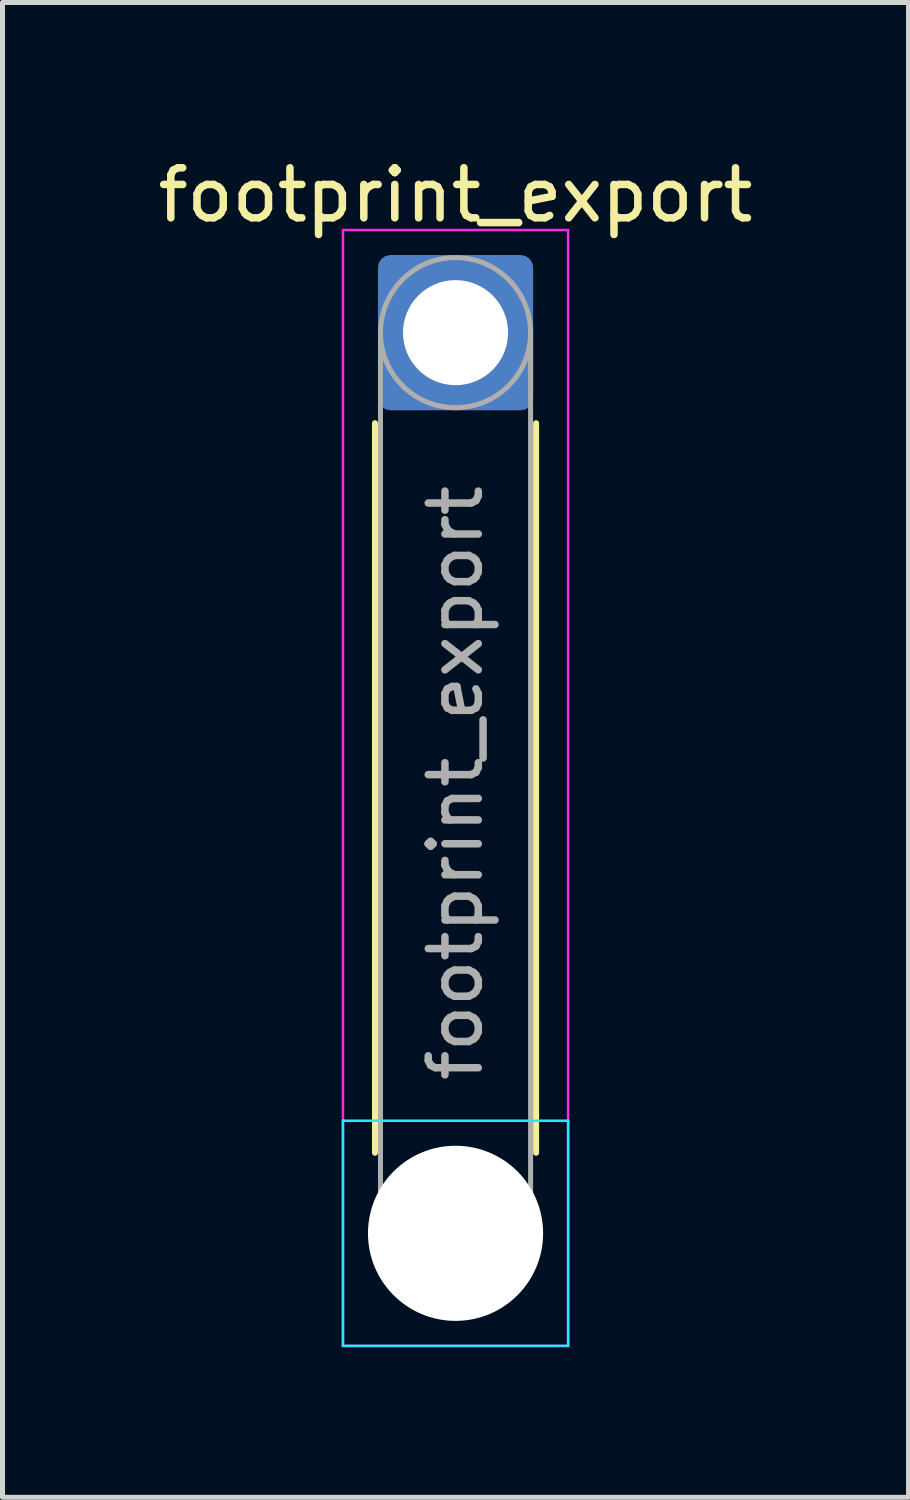
<source format=kicad_pcb>
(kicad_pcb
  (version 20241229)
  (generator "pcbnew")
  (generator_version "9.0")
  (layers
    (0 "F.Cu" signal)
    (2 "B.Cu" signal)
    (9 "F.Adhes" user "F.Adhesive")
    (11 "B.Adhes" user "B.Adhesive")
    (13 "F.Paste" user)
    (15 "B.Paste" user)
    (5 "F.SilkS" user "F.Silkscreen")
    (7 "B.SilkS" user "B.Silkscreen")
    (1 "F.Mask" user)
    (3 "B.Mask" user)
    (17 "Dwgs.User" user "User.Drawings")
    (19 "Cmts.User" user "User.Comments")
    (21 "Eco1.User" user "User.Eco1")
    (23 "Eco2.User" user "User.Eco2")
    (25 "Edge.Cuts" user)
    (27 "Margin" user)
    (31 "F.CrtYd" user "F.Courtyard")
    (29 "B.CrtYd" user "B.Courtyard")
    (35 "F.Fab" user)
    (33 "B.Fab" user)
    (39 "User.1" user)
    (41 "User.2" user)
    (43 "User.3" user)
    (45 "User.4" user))
  (footprint "footprint_export"
    (layer "F.Cu")
    (at 6.054 3.598)
    (property "Reference" "footprint_export" (at 0 -2.75 0) (layer "F.SilkS") (effects (font (size 1 1) (thickness 0.15))))
    (attr exclude_from_pos_files exclude_from_bom)
    (fp_line (start -1.61 1.81) (end -1.61 16.39) (stroke (width 0.12) (type solid)) (layer "F.SilkS"))
    (fp_line (start 1.61 1.81) (end 1.61 16.39) (stroke (width 0.12) (type solid)) (layer "F.SilkS"))
    (fp_line (start -2.25 15.75) (end -2.25 20.25) (stroke (width 0.05) (type solid)) (layer "B.CrtYd"))
    (fp_line (start -2.25 20.25) (end 2.25 20.25) (stroke (width 0.05) (type solid)) (layer "B.CrtYd"))
    (fp_line (start 2.25 15.75) (end -2.25 15.75) (stroke (width 0.05) (type solid)) (layer "B.CrtYd"))
    (fp_line (start 2.25 20.25) (end 2.25 15.75) (stroke (width 0.05) (type solid)) (layer "B.CrtYd"))
    (fp_line (start -2.25 -2.05) (end -2.25 20.25) (stroke (width 0.05) (type solid)) (layer "F.CrtYd"))
    (fp_line (start -2.25 20.25) (end 2.25 20.25) (stroke (width 0.05) (type solid)) (layer "F.CrtYd"))
    (fp_line (start 2.25 -2.05) (end -2.25 -2.05) (stroke (width 0.05) (type solid)) (layer "F.CrtYd"))
    (fp_line (start 2.25 20.25) (end 2.25 -2.05) (stroke (width 0.05) (type solid)) (layer "F.CrtYd"))
    (fp_line (start -1.5 0) (end -1.5 18) (stroke (width 0.1) (type solid)) (layer "F.Fab"))
    (fp_line (start 1.5 0) (end 1.5 18) (stroke (width 0.1) (type solid)) (layer "F.Fab"))
    (fp_circle (center 0 0) (end 1.5 0) (stroke (width 0.1) (type solid)) (fill no) (layer "F.Fab"))
    (fp_circle (center 0 18) (end 1.5 18) (stroke (width 0.1) (type solid)) (fill no) (layer "F.Fab"))
    (fp_text user "${REFERENCE}" (at 0 9 90) (layer "F.Fab") (effects (font (size 1 1) (thickness 0.15))))
    (pad "" np_thru_hole circle (at 0 18) (size 3.5 3.5) (drill 3.5) (layers "*.Cu" "*.Mask"))
    (pad "1" thru_hole roundrect (at 0 0) (size 3.1 3.1) (drill 2.1) (layers "*.Cu" "*.Mask") (roundrect_rratio 0.081)))
  (gr_rect
    (start -3 -3)
    (end 15.107 26.873)
    (stroke (width 0.1) (type default))
    (fill no)
    (layer "Edge.Cuts")))
</source>
